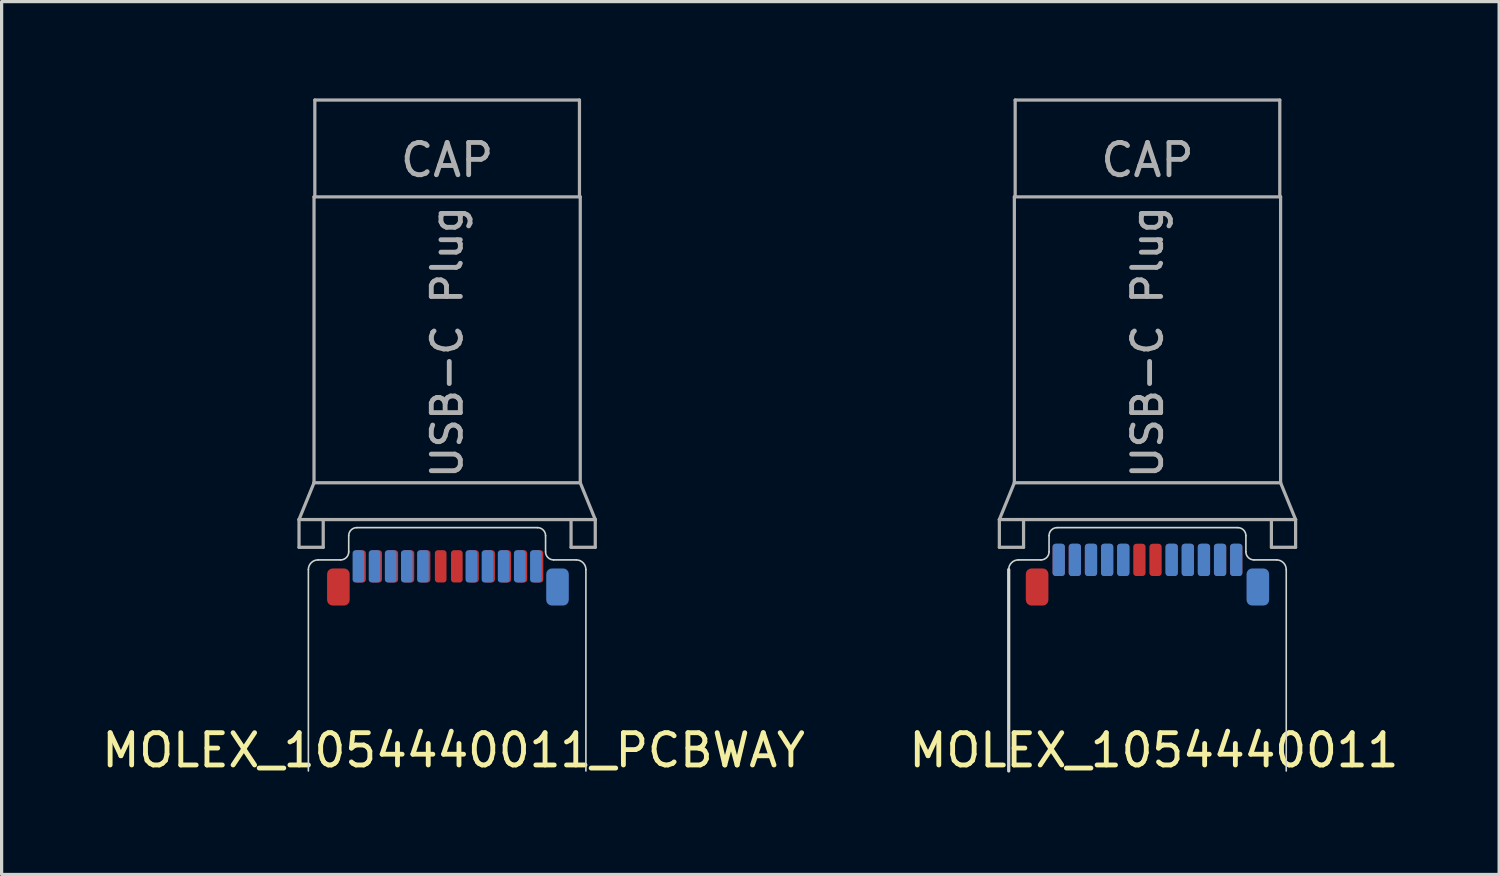
<source format=kicad_pcb>
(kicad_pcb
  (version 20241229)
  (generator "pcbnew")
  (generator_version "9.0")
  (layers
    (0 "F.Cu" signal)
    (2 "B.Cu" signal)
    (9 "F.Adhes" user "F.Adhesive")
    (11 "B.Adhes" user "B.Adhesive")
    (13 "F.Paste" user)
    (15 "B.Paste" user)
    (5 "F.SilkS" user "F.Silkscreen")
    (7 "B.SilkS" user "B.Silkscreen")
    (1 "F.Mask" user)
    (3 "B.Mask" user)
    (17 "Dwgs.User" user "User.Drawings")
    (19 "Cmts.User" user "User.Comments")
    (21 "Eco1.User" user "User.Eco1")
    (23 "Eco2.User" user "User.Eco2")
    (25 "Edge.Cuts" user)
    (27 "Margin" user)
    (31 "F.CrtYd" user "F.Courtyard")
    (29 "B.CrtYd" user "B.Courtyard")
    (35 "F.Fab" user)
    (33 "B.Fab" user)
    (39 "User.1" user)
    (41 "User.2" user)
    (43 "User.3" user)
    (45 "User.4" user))
  (footprint "MOLEX_1054440011"
    (layer "F.Cu")
    (at 32.508 14.3)
    (property "Reference" "MOLEX_1054440011" (at 0.2 5.9 0) (unlocked yes) (layer "F.SilkS") (effects (font (size 1 1) (thickness 0.15))))
    (attr smd)
    (fp_line (start -4.3 0.3) (end -4.3 6.54) (stroke (width 0.1) (type solid)) (layer "Edge.Cuts"))
    (fp_line (start -3.3 0) (end -4 0) (stroke (width 0.05) (type solid)) (layer "Edge.Cuts"))
    (fp_line (start -3.05 -0.25) (end -3.05 -0.75) (stroke (width 0.05) (type solid)) (layer "Edge.Cuts"))
    (fp_line (start -2.8 -1) (end 2.8 -1) (stroke (width 0.05) (type solid)) (layer "Edge.Cuts"))
    (fp_line (start 3.05 -0.25) (end 3.05 -0.75) (stroke (width 0.05) (type solid)) (layer "Edge.Cuts"))
    (fp_line (start 3.3 0) (end 4 0) (stroke (width 0.05) (type solid)) (layer "Edge.Cuts"))
    (fp_line (start 4.3 0.3) (end 4.3 6.54) (stroke (width 0.05) (type solid)) (layer "Edge.Cuts"))
    (fp_arc (start -4.3 0.3) (mid -4.212132 0.087868) (end -4 0) (stroke (width 0.05) (type solid)) (layer "Edge.Cuts"))
    (fp_arc (start -3.05 -0.75) (mid -2.976777 -0.926777) (end -2.8 -1) (stroke (width 0.05) (type solid)) (layer "Edge.Cuts"))
    (fp_arc (start -3.05 -0.25) (mid -3.123223 -0.073223) (end -3.3 0) (stroke (width 0.05) (type solid)) (layer "Edge.Cuts"))
    (fp_arc (start 2.8 -1) (mid 2.976777 -0.926777) (end 3.05 -0.75) (stroke (width 0.05) (type solid)) (layer "Edge.Cuts"))
    (fp_arc (start 3.3 0) (mid 3.123223 -0.073223) (end 3.05 -0.25) (stroke (width 0.05) (type solid)) (layer "Edge.Cuts"))
    (fp_arc (start 4 0) (mid 4.212132 0.087868) (end 4.3 0.3) (stroke (width 0.05) (type solid)) (layer "Edge.Cuts"))
    (fp_line (start -4.59 -1.25) (end -4.59 -0.39) (stroke (width 0.1) (type solid)) (layer "F.Fab"))
    (fp_line (start -4.59 -1.25) (end -4.125 -2.39) (stroke (width 0.1) (type solid)) (layer "F.Fab"))
    (fp_line (start -4.59 -0.39) (end -3.84 -0.39) (stroke (width 0.1) (type solid)) (layer "F.Fab"))
    (fp_line (start -4.125 -11.25) (end -4.125 -2.39) (stroke (width 0.1) (type solid)) (layer "F.Fab"))
    (fp_line (start -4.125 -2.39) (end 4.125 -2.39) (stroke (width 0.1) (type solid)) (layer "F.Fab"))
    (fp_line (start -4.1 -11.25) (end -4.1 -14.25) (stroke (width 0.1) (type solid)) (layer "F.Fab"))
    (fp_line (start -3.84 -0.39) (end -3.84 -1.25) (stroke (width 0.1) (type solid)) (layer "F.Fab"))
    (fp_line (start 3.84 -0.39) (end 3.84 -1.25) (stroke (width 0.1) (type solid)) (layer "F.Fab"))
    (fp_line (start 4.1 -14.25) (end -4.1 -14.25) (stroke (width 0.1) (type solid)) (layer "F.Fab"))
    (fp_line (start 4.1 -11.25) (end 4.1 -14.25) (stroke (width 0.1) (type solid)) (layer "F.Fab"))
    (fp_line (start 4.125 -11.25) (end -4.125 -11.25) (stroke (width 0.1) (type solid)) (layer "F.Fab"))
    (fp_line (start 4.125 -2.39) (end 4.125 -11.25) (stroke (width 0.1) (type solid)) (layer "F.Fab"))
    (fp_line (start 4.125 -2.39) (end 4.59 -1.25) (stroke (width 0.1) (type solid)) (layer "F.Fab"))
    (fp_line (start 4.59 -1.25) (end -4.59 -1.25) (stroke (width 0.1) (type solid)) (layer "F.Fab"))
    (fp_line (start 4.59 -1.25) (end 4.59 -0.39) (stroke (width 0.1) (type solid)) (layer "F.Fab"))
    (fp_line (start 4.59 -0.39) (end 3.84 -0.39) (stroke (width 0.1) (type solid)) (layer "F.Fab"))
    (fp_text user "USB-C Plug" (at 0 -6.75 90) (unlocked yes) (layer "F.Fab") (effects (font (size 0.9 0.9) (thickness 0.15))))
    (fp_text user "CAP" (at 0 -12.39 0) (unlocked yes) (layer "F.Fab") (effects (font (size 1 1) (thickness 0.15))))
    (pad "A1" smd roundrect (at -2.75 0) (size 0.38 1) (layers "F.Cu" "F.Mask" "F.Paste") (roundrect_rratio 0.25))
    (pad "A2" smd roundrect (at -2.25 0) (size 0.38 1) (layers "F.Cu" "F.Mask" "F.Paste") (roundrect_rratio 0.25))
    (pad "A3" smd roundrect (at -1.75 0) (size 0.38 1) (layers "F.Cu" "F.Mask" "F.Paste") (roundrect_rratio 0.25))
    (pad "A4" smd roundrect (at -1.25 0) (size 0.38 1) (layers "F.Cu" "F.Mask" "F.Paste") (roundrect_rratio 0.25))
    (pad "A5" smd roundrect (at -0.75 0) (size 0.38 1) (layers "F.Cu" "F.Mask" "F.Paste") (roundrect_rratio 0.25))
    (pad "A6" smd roundrect (at -0.25 0) (size 0.38 1) (layers "F.Cu" "F.Mask" "F.Paste") (roundrect_rratio 0.25))
    (pad "A7" smd roundrect (at 0.25 0) (size 0.38 1) (layers "F.Cu" "F.Mask" "F.Paste") (roundrect_rratio 0.25))
    (pad "A8" smd roundrect (at 0.75 0) (size 0.38 1) (layers "F.Cu" "F.Mask" "F.Paste") (roundrect_rratio 0.25))
    (pad "A9" smd roundrect (at 1.25 0) (size 0.38 1) (layers "F.Cu" "F.Mask" "F.Paste") (roundrect_rratio 0.25))
    (pad "A10" smd roundrect (at 1.75 0) (size 0.38 1) (layers "F.Cu" "F.Mask" "F.Paste") (roundrect_rratio 0.25))
    (pad "A11" smd roundrect (at 2.25 0) (size 0.38 1) (layers "F.Cu" "F.Mask" "F.Paste") (roundrect_rratio 0.25))
    (pad "A12" smd roundrect (at 2.75 0) (size 0.38 1) (layers "F.Cu" "F.Mask" "F.Paste") (roundrect_rratio 0.25))
    (pad "B1" smd roundrect (at 2.75 0) (size 0.38 1) (layers "B.Cu" "B.Mask" "B.Paste") (roundrect_rratio 0.25))
    (pad "B2" smd roundrect (at 2.25 0) (size 0.38 1) (layers "B.Cu" "B.Mask" "B.Paste") (roundrect_rratio 0.25))
    (pad "B3" smd roundrect (at 1.75 0) (size 0.38 1) (layers "B.Cu" "B.Mask" "B.Paste") (roundrect_rratio 0.25))
    (pad "B4" smd roundrect (at 1.25 0) (size 0.38 1) (layers "B.Cu" "B.Mask" "B.Paste") (roundrect_rratio 0.25))
    (pad "B5" smd roundrect (at 0.75 0) (size 0.38 1) (layers "B.Cu" "B.Mask" "B.Paste") (roundrect_rratio 0.25))
    (pad "B8" smd roundrect (at -0.75 0) (size 0.38 1) (layers "B.Cu" "B.Mask" "B.Paste") (roundrect_rratio 0.25))
    (pad "B9" smd roundrect (at -1.25 0) (size 0.38 1) (layers "B.Cu" "B.Mask" "B.Paste") (roundrect_rratio 0.25))
    (pad "B10" smd roundrect (at -1.75 0) (size 0.38 1) (layers "B.Cu" "B.Mask" "B.Paste") (roundrect_rratio 0.25))
    (pad "B11" smd roundrect (at -2.25 0) (size 0.38 1) (layers "B.Cu" "B.Mask" "B.Paste") (roundrect_rratio 0.25))
    (pad "B12" smd roundrect (at -2.75 0) (size 0.38 1) (layers "B.Cu" "B.Mask" "B.Paste") (roundrect_rratio 0.25))
    (pad "S1" smd roundrect (at -3.42 0.84) (size 0.7 1.15) (layers "F.Cu" "F.Mask" "F.Paste") (roundrect_rratio 0.25))
    (pad "S1" smd roundrect (at 3.42 0.84) (size 0.7 1.15) (layers "B.Cu" "B.Mask" "B.Paste") (roundrect_rratio 0.25)))
  (footprint "MOLEX_1054440011_PCBWAY"
    (layer "F.Cu")
    (at 10.806 14.3)
    (property "Reference" "MOLEX_1054440011_PCBWAY" (at 0.2 5.9 0) (unlocked yes) (layer "F.SilkS") (effects (font (size 1 1) (thickness 0.15))))
    (attr smd)
    (fp_line (start -4.3 0.3) (end -4.3 6.54) (stroke (width 0.05) (type solid)) (layer "Edge.Cuts"))
    (fp_line (start -3.3 0) (end -4 0) (stroke (width 0.05) (type solid)) (layer "Edge.Cuts"))
    (fp_line (start -3.05 -0.25) (end -3.05 -0.75) (stroke (width 0.05) (type solid)) (layer "Edge.Cuts"))
    (fp_line (start -2.8 -1) (end 2.8 -1) (stroke (width 0.05) (type solid)) (layer "Edge.Cuts"))
    (fp_line (start 3.05 -0.25) (end 3.05 -0.75) (stroke (width 0.05) (type solid)) (layer "Edge.Cuts"))
    (fp_line (start 3.3 0) (end 4 0) (stroke (width 0.05) (type solid)) (layer "Edge.Cuts"))
    (fp_line (start 4.3 0.3) (end 4.3 6.54) (stroke (width 0.05) (type solid)) (layer "Edge.Cuts"))
    (fp_arc (start -4.3 0.3) (mid -4.212132 0.087868) (end -4 0) (stroke (width 0.05) (type solid)) (layer "Edge.Cuts"))
    (fp_arc (start -3.05 -0.75) (mid -2.976777 -0.926777) (end -2.8 -1) (stroke (width 0.05) (type solid)) (layer "Edge.Cuts"))
    (fp_arc (start -3.05 -0.25) (mid -3.123223 -0.073223) (end -3.3 0) (stroke (width 0.05) (type solid)) (layer "Edge.Cuts"))
    (fp_arc (start 2.8 -1) (mid 2.976777 -0.926777) (end 3.05 -0.75) (stroke (width 0.05) (type solid)) (layer "Edge.Cuts"))
    (fp_arc (start 3.3 0) (mid 3.123223 -0.073223) (end 3.05 -0.25) (stroke (width 0.05) (type solid)) (layer "Edge.Cuts"))
    (fp_arc (start 4 0) (mid 4.212132 0.087868) (end 4.3 0.3) (stroke (width 0.05) (type solid)) (layer "Edge.Cuts"))
    (fp_line (start -4.59 -1.25) (end -4.59 -0.39) (stroke (width 0.1) (type solid)) (layer "F.Fab"))
    (fp_line (start -4.59 -1.25) (end -4.125 -2.39) (stroke (width 0.1) (type solid)) (layer "F.Fab"))
    (fp_line (start -4.59 -0.39) (end -3.84 -0.39) (stroke (width 0.1) (type solid)) (layer "F.Fab"))
    (fp_line (start -4.125 -11.25) (end -4.125 -2.39) (stroke (width 0.1) (type solid)) (layer "F.Fab"))
    (fp_line (start -4.125 -2.39) (end 4.125 -2.39) (stroke (width 0.1) (type solid)) (layer "F.Fab"))
    (fp_line (start -4.1 -11.25) (end -4.1 -14.25) (stroke (width 0.1) (type solid)) (layer "F.Fab"))
    (fp_line (start -3.84 -0.39) (end -3.84 -1.25) (stroke (width 0.1) (type solid)) (layer "F.Fab"))
    (fp_line (start 3.84 -0.39) (end 3.84 -1.25) (stroke (width 0.1) (type solid)) (layer "F.Fab"))
    (fp_line (start 4.1 -14.25) (end -4.1 -14.25) (stroke (width 0.1) (type solid)) (layer "F.Fab"))
    (fp_line (start 4.1 -11.25) (end 4.1 -14.25) (stroke (width 0.1) (type solid)) (layer "F.Fab"))
    (fp_line (start 4.125 -11.25) (end -4.125 -11.25) (stroke (width 0.1) (type solid)) (layer "F.Fab"))
    (fp_line (start 4.125 -2.39) (end 4.125 -11.25) (stroke (width 0.1) (type solid)) (layer "F.Fab"))
    (fp_line (start 4.125 -2.39) (end 4.59 -1.25) (stroke (width 0.1) (type solid)) (layer "F.Fab"))
    (fp_line (start 4.59 -1.25) (end -4.59 -1.25) (stroke (width 0.1) (type solid)) (layer "F.Fab"))
    (fp_line (start 4.59 -1.25) (end 4.59 -0.39) (stroke (width 0.1) (type solid)) (layer "F.Fab"))
    (fp_line (start 4.59 -0.39) (end 3.84 -0.39) (stroke (width 0.1) (type solid)) (layer "F.Fab"))
    (fp_text user "USB-C Plug" (at 0 -6.75 90) (unlocked yes) (layer "F.Fab") (effects (font (size 0.9 0.9) (thickness 0.15))))
    (fp_text user "CAP" (at 0 -12.39 0) (unlocked yes) (layer "F.Fab") (effects (font (size 1 1) (thickness 0.15))))
    (pad "A1" smd roundrect (at -2.7 0.2) (size 0.36 1) (layers "F.Cu" "F.Mask" "F.Paste") (roundrect_rratio 0.25))
    (pad "A2" smd roundrect (at -2.2 0.2) (size 0.36 1) (layers "F.Cu" "F.Mask" "F.Paste") (roundrect_rratio 0.25))
    (pad "A3" smd roundrect (at -1.7 0.2) (size 0.36 1) (layers "F.Cu" "F.Mask" "F.Paste") (roundrect_rratio 0.25))
    (pad "A4" smd roundrect (at -1.2 0.2) (size 0.36 1) (layers "F.Cu" "F.Mask" "F.Paste") (roundrect_rratio 0.25))
    (pad "A5" smd roundrect (at -0.7 0.2) (size 0.36 1) (layers "F.Cu" "F.Mask" "F.Paste") (roundrect_rratio 0.25))
    (pad "A6" smd roundrect (at -0.2 0.2) (size 0.36 1) (layers "F.Cu" "F.Mask" "F.Paste") (roundrect_rratio 0.25))
    (pad "A7" smd roundrect (at 0.3 0.2) (size 0.36 1) (layers "F.Cu" "F.Mask" "F.Paste") (roundrect_rratio 0.25))
    (pad "A8" smd roundrect (at 0.8 0.2) (size 0.36 1) (layers "F.Cu" "F.Mask" "F.Paste") (roundrect_rratio 0.25))
    (pad "A9" smd roundrect (at 1.3 0.2) (size 0.36 1) (layers "F.Cu" "F.Mask" "F.Paste") (roundrect_rratio 0.25))
    (pad "A10" smd roundrect (at 1.8 0.2) (size 0.36 1) (layers "F.Cu" "F.Mask" "F.Paste") (roundrect_rratio 0.25))
    (pad "A11" smd roundrect (at 2.3 0.2) (size 0.36 1) (layers "F.Cu" "F.Mask" "F.Paste") (roundrect_rratio 0.25))
    (pad "A12" smd roundrect (at 2.8 0.2) (size 0.36 1) (layers "F.Cu" "F.Mask" "F.Paste") (roundrect_rratio 0.25))
    (pad "B1" smd roundrect (at 2.75 0.2) (size 0.36 1) (layers "B.Cu" "B.Mask" "B.Paste") (roundrect_rratio 0.25))
    (pad "B2" smd roundrect (at 2.25 0.2) (size 0.36 1) (layers "B.Cu" "B.Mask" "B.Paste") (roundrect_rratio 0.25))
    (pad "B3" smd roundrect (at 1.75 0.2) (size 0.36 1) (layers "B.Cu" "B.Mask" "B.Paste") (roundrect_rratio 0.25))
    (pad "B4" smd roundrect (at 1.25 0.2) (size 0.36 1) (layers "B.Cu" "B.Mask" "B.Paste") (roundrect_rratio 0.25))
    (pad "B5" smd roundrect (at 0.75 0.2) (size 0.36 1) (layers "B.Cu" "B.Mask" "B.Paste") (roundrect_rratio 0.25))
    (pad "B8" smd roundrect (at -0.75 0.2) (size 0.36 1) (layers "B.Cu" "B.Mask" "B.Paste") (roundrect_rratio 0.25))
    (pad "B9" smd roundrect (at -1.25 0.2) (size 0.36 1) (layers "B.Cu" "B.Mask" "B.Paste") (roundrect_rratio 0.25))
    (pad "B10" smd roundrect (at -1.75 0.2) (size 0.36 1) (layers "B.Cu" "B.Mask" "B.Paste") (roundrect_rratio 0.25))
    (pad "B11" smd roundrect (at -2.25 0.2) (size 0.36 1) (layers "B.Cu" "B.Mask" "B.Paste") (roundrect_rratio 0.25))
    (pad "B12" smd roundrect (at -2.75 0.2) (size 0.36 1) (layers "B.Cu" "B.Mask" "B.Paste") (roundrect_rratio 0.25))
    (pad "S1" smd roundrect (at -3.37 0.84) (size 0.7 1.15) (layers "F.Cu" "F.Mask" "F.Paste") (roundrect_rratio 0.25))
    (pad "S1" smd roundrect (at 3.42 0.84) (size 0.7 1.15) (layers "B.Cu" "B.Mask" "B.Paste") (roundrect_rratio 0.25)))
  (gr_rect
    (start -3 -3)
    (end 43.405 24.048)
    (stroke (width 0.1) (type default))
    (fill no)
    (layer "Edge.Cuts")))
</source>
